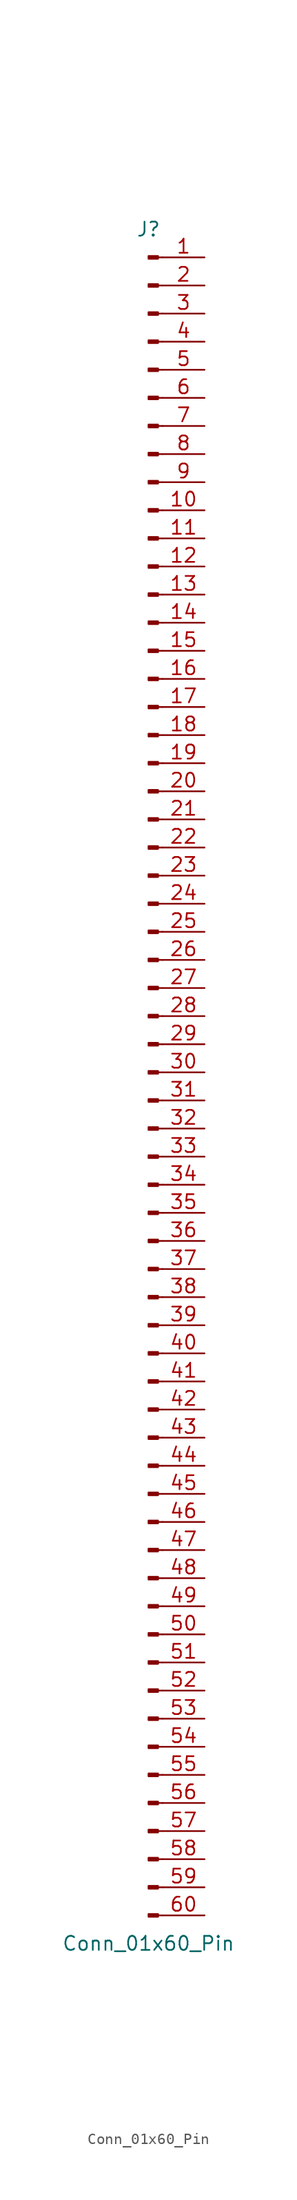
<source format=kicad_sym>
(kicad_symbol_lib
  (version 20241209)
  (generator "kicad_symbol_editor")
  (generator_version "9.0")
  (symbol "Conn_01x60_Pin"
    (pin_names
      (offset 1.016)
      (hide yes))
    (property "Reference" "J"
      (at 0 76.2 0)
      (effects (font (size 1.27 1.27))))
    (property "Value" "Conn_01x60_Pin"
      (at 0 -78.74 0)
      (effects (font (size 1.27 1.27))))
    (property "ki_locked" ""
      (at 0 0 0)
      (effects (font (size 1.27 1.27))))
    (symbol "Conn_01x60_Pin_1_1"
      (rectangle (start 0.864 73.787) (end 0 73.533) (stroke (width 0.152) (type default)) (fill (type outline)))
      (rectangle (start 0.864 71.247) (end 0 70.993) (stroke (width 0.152) (type default)) (fill (type outline)))
      (rectangle (start 0.864 68.707) (end 0 68.453) (stroke (width 0.152) (type default)) (fill (type outline)))
      (rectangle (start 0.864 66.167) (end 0 65.913) (stroke (width 0.152) (type default)) (fill (type outline)))
      (rectangle (start 0.864 63.627) (end 0 63.373) (stroke (width 0.152) (type default)) (fill (type outline)))
      (rectangle (start 0.864 61.087) (end 0 60.833) (stroke (width 0.152) (type default)) (fill (type outline)))
      (rectangle (start 0.864 58.547) (end 0 58.293) (stroke (width 0.152) (type default)) (fill (type outline)))
      (rectangle (start 0.864 56.007) (end 0 55.753) (stroke (width 0.152) (type default)) (fill (type outline)))
      (rectangle (start 0.864 53.467) (end 0 53.213) (stroke (width 0.152) (type default)) (fill (type outline)))
      (rectangle (start 0.864 50.927) (end 0 50.673) (stroke (width 0.152) (type default)) (fill (type outline)))
      (rectangle (start 0.864 48.387) (end 0 48.133) (stroke (width 0.152) (type default)) (fill (type outline)))
      (rectangle (start 0.864 45.847) (end 0 45.593) (stroke (width 0.152) (type default)) (fill (type outline)))
      (rectangle (start 0.864 43.307) (end 0 43.053) (stroke (width 0.152) (type default)) (fill (type outline)))
      (rectangle (start 0.864 40.767) (end 0 40.513) (stroke (width 0.152) (type default)) (fill (type outline)))
      (rectangle (start 0.864 38.227) (end 0 37.973) (stroke (width 0.152) (type default)) (fill (type outline)))
      (rectangle (start 0.864 35.687) (end 0 35.433) (stroke (width 0.152) (type default)) (fill (type outline)))
      (rectangle (start 0.864 33.147) (end 0 32.893) (stroke (width 0.152) (type default)) (fill (type outline)))
      (rectangle (start 0.864 30.607) (end 0 30.353) (stroke (width 0.152) (type default)) (fill (type outline)))
      (rectangle (start 0.864 28.067) (end 0 27.813) (stroke (width 0.152) (type default)) (fill (type outline)))
      (rectangle (start 0.864 25.527) (end 0 25.273) (stroke (width 0.152) (type default)) (fill (type outline)))
      (rectangle (start 0.864 22.987) (end 0 22.733) (stroke (width 0.152) (type default)) (fill (type outline)))
      (rectangle (start 0.864 20.447) (end 0 20.193) (stroke (width 0.152) (type default)) (fill (type outline)))
      (rectangle (start 0.864 17.907) (end 0 17.653) (stroke (width 0.152) (type default)) (fill (type outline)))
      (rectangle (start 0.864 15.367) (end 0 15.113) (stroke (width 0.152) (type default)) (fill (type outline)))
      (rectangle (start 0.864 12.827) (end 0 12.573) (stroke (width 0.152) (type default)) (fill (type outline)))
      (rectangle (start 0.864 10.287) (end 0 10.033) (stroke (width 0.152) (type default)) (fill (type outline)))
      (rectangle (start 0.864 7.747) (end 0 7.493) (stroke (width 0.152) (type default)) (fill (type outline)))
      (rectangle (start 0.864 5.207) (end 0 4.953) (stroke (width 0.152) (type default)) (fill (type outline)))
      (rectangle (start 0.864 2.667) (end 0 2.413) (stroke (width 0.152) (type default)) (fill (type outline)))
      (rectangle (start 0.864 0.127) (end 0 -0.127) (stroke (width 0.152) (type default)) (fill (type outline)))
      (rectangle (start 0.864 -2.413) (end 0 -2.667) (stroke (width 0.152) (type default)) (fill (type outline)))
      (rectangle (start 0.864 -4.953) (end 0 -5.207) (stroke (width 0.152) (type default)) (fill (type outline)))
      (rectangle (start 0.864 -7.493) (end 0 -7.747) (stroke (width 0.152) (type default)) (fill (type outline)))
      (rectangle (start 0.864 -10.033) (end 0 -10.287) (stroke (width 0.152) (type default)) (fill (type outline)))
      (rectangle (start 0.864 -12.573) (end 0 -12.827) (stroke (width 0.152) (type default)) (fill (type outline)))
      (rectangle (start 0.864 -15.113) (end 0 -15.367) (stroke (width 0.152) (type default)) (fill (type outline)))
      (rectangle (start 0.864 -17.653) (end 0 -17.907) (stroke (width 0.152) (type default)) (fill (type outline)))
      (rectangle (start 0.864 -20.193) (end 0 -20.447) (stroke (width 0.152) (type default)) (fill (type outline)))
      (rectangle (start 0.864 -22.733) (end 0 -22.987) (stroke (width 0.152) (type default)) (fill (type outline)))
      (rectangle (start 0.864 -25.273) (end 0 -25.527) (stroke (width 0.152) (type default)) (fill (type outline)))
      (rectangle (start 0.864 -27.813) (end 0 -28.067) (stroke (width 0.152) (type default)) (fill (type outline)))
      (rectangle (start 0.864 -30.353) (end 0 -30.607) (stroke (width 0.152) (type default)) (fill (type outline)))
      (rectangle (start 0.864 -32.893) (end 0 -33.147) (stroke (width 0.152) (type default)) (fill (type outline)))
      (rectangle (start 0.864 -35.433) (end 0 -35.687) (stroke (width 0.152) (type default)) (fill (type outline)))
      (rectangle (start 0.864 -37.973) (end 0 -38.227) (stroke (width 0.152) (type default)) (fill (type outline)))
      (rectangle (start 0.864 -40.513) (end 0 -40.767) (stroke (width 0.152) (type default)) (fill (type outline)))
      (rectangle (start 0.864 -43.053) (end 0 -43.307) (stroke (width 0.152) (type default)) (fill (type outline)))
      (rectangle (start 0.864 -45.593) (end 0 -45.847) (stroke (width 0.152) (type default)) (fill (type outline)))
      (rectangle (start 0.864 -48.133) (end 0 -48.387) (stroke (width 0.152) (type default)) (fill (type outline)))
      (rectangle (start 0.864 -50.673) (end 0 -50.927) (stroke (width 0.152) (type default)) (fill (type outline)))
      (rectangle (start 0.864 -53.213) (end 0 -53.467) (stroke (width 0.152) (type default)) (fill (type outline)))
      (rectangle (start 0.864 -55.753) (end 0 -56.007) (stroke (width 0.152) (type default)) (fill (type outline)))
      (rectangle (start 0.864 -58.293) (end 0 -58.547) (stroke (width 0.152) (type default)) (fill (type outline)))
      (rectangle (start 0.864 -60.833) (end 0 -61.087) (stroke (width 0.152) (type default)) (fill (type outline)))
      (rectangle (start 0.864 -63.373) (end 0 -63.627) (stroke (width 0.152) (type default)) (fill (type outline)))
      (rectangle (start 0.864 -65.913) (end 0 -66.167) (stroke (width 0.152) (type default)) (fill (type outline)))
      (rectangle (start 0.864 -68.453) (end 0 -68.707) (stroke (width 0.152) (type default)) (fill (type outline)))
      (rectangle (start 0.864 -70.993) (end 0 -71.247) (stroke (width 0.152) (type default)) (fill (type outline)))
      (rectangle (start 0.864 -73.533) (end 0 -73.787) (stroke (width 0.152) (type default)) (fill (type outline)))
      (rectangle (start 0.864 -76.073) (end 0 -76.327) (stroke (width 0.152) (type default)) (fill (type outline)))
      (polyline (pts (xy 1.27 73.66) (xy 0.864 73.66)) (stroke (width 0.152) (type default)) (fill (type none)))
      (polyline (pts (xy 1.27 71.12) (xy 0.864 71.12)) (stroke (width 0.152) (type default)) (fill (type none)))
      (polyline (pts (xy 1.27 68.58) (xy 0.864 68.58)) (stroke (width 0.152) (type default)) (fill (type none)))
      (polyline (pts (xy 1.27 66.04) (xy 0.864 66.04)) (stroke (width 0.152) (type default)) (fill (type none)))
      (polyline (pts (xy 1.27 63.5) (xy 0.864 63.5)) (stroke (width 0.152) (type default)) (fill (type none)))
      (polyline (pts (xy 1.27 60.96) (xy 0.864 60.96)) (stroke (width 0.152) (type default)) (fill (type none)))
      (polyline (pts (xy 1.27 58.42) (xy 0.864 58.42)) (stroke (width 0.152) (type default)) (fill (type none)))
      (polyline (pts (xy 1.27 55.88) (xy 0.864 55.88)) (stroke (width 0.152) (type default)) (fill (type none)))
      (polyline (pts (xy 1.27 53.34) (xy 0.864 53.34)) (stroke (width 0.152) (type default)) (fill (type none)))
      (polyline (pts (xy 1.27 50.8) (xy 0.864 50.8)) (stroke (width 0.152) (type default)) (fill (type none)))
      (polyline (pts (xy 1.27 48.26) (xy 0.864 48.26)) (stroke (width 0.152) (type default)) (fill (type none)))
      (polyline (pts (xy 1.27 45.72) (xy 0.864 45.72)) (stroke (width 0.152) (type default)) (fill (type none)))
      (polyline (pts (xy 1.27 43.18) (xy 0.864 43.18)) (stroke (width 0.152) (type default)) (fill (type none)))
      (polyline (pts (xy 1.27 40.64) (xy 0.864 40.64)) (stroke (width 0.152) (type default)) (fill (type none)))
      (polyline (pts (xy 1.27 38.1) (xy 0.864 38.1)) (stroke (width 0.152) (type default)) (fill (type none)))
      (polyline (pts (xy 1.27 35.56) (xy 0.864 35.56)) (stroke (width 0.152) (type default)) (fill (type none)))
      (polyline (pts (xy 1.27 33.02) (xy 0.864 33.02)) (stroke (width 0.152) (type default)) (fill (type none)))
      (polyline (pts (xy 1.27 30.48) (xy 0.864 30.48)) (stroke (width 0.152) (type default)) (fill (type none)))
      (polyline (pts (xy 1.27 27.94) (xy 0.864 27.94)) (stroke (width 0.152) (type default)) (fill (type none)))
      (polyline (pts (xy 1.27 25.4) (xy 0.864 25.4)) (stroke (width 0.152) (type default)) (fill (type none)))
      (polyline (pts (xy 1.27 22.86) (xy 0.864 22.86)) (stroke (width 0.152) (type default)) (fill (type none)))
      (polyline (pts (xy 1.27 20.32) (xy 0.864 20.32)) (stroke (width 0.152) (type default)) (fill (type none)))
      (polyline (pts (xy 1.27 17.78) (xy 0.864 17.78)) (stroke (width 0.152) (type default)) (fill (type none)))
      (polyline (pts (xy 1.27 15.24) (xy 0.864 15.24)) (stroke (width 0.152) (type default)) (fill (type none)))
      (polyline (pts (xy 1.27 12.7) (xy 0.864 12.7)) (stroke (width 0.152) (type default)) (fill (type none)))
      (polyline (pts (xy 1.27 10.16) (xy 0.864 10.16)) (stroke (width 0.152) (type default)) (fill (type none)))
      (polyline (pts (xy 1.27 7.62) (xy 0.864 7.62)) (stroke (width 0.152) (type default)) (fill (type none)))
      (polyline (pts (xy 1.27 5.08) (xy 0.864 5.08)) (stroke (width 0.152) (type default)) (fill (type none)))
      (polyline (pts (xy 1.27 2.54) (xy 0.864 2.54)) (stroke (width 0.152) (type default)) (fill (type none)))
      (polyline (pts (xy 1.27 0) (xy 0.864 0)) (stroke (width 0.152) (type default)) (fill (type none)))
      (polyline (pts (xy 1.27 -2.54) (xy 0.864 -2.54)) (stroke (width 0.152) (type default)) (fill (type none)))
      (polyline (pts (xy 1.27 -5.08) (xy 0.864 -5.08)) (stroke (width 0.152) (type default)) (fill (type none)))
      (polyline (pts (xy 1.27 -7.62) (xy 0.864 -7.62)) (stroke (width 0.152) (type default)) (fill (type none)))
      (polyline (pts (xy 1.27 -10.16) (xy 0.864 -10.16)) (stroke (width 0.152) (type default)) (fill (type none)))
      (polyline (pts (xy 1.27 -12.7) (xy 0.864 -12.7)) (stroke (width 0.152) (type default)) (fill (type none)))
      (polyline (pts (xy 1.27 -15.24) (xy 0.864 -15.24)) (stroke (width 0.152) (type default)) (fill (type none)))
      (polyline (pts (xy 1.27 -17.78) (xy 0.864 -17.78)) (stroke (width 0.152) (type default)) (fill (type none)))
      (polyline (pts (xy 1.27 -20.32) (xy 0.864 -20.32)) (stroke (width 0.152) (type default)) (fill (type none)))
      (polyline (pts (xy 1.27 -22.86) (xy 0.864 -22.86)) (stroke (width 0.152) (type default)) (fill (type none)))
      (polyline (pts (xy 1.27 -25.4) (xy 0.864 -25.4)) (stroke (width 0.152) (type default)) (fill (type none)))
      (polyline (pts (xy 1.27 -27.94) (xy 0.864 -27.94)) (stroke (width 0.152) (type default)) (fill (type none)))
      (polyline (pts (xy 1.27 -30.48) (xy 0.864 -30.48)) (stroke (width 0.152) (type default)) (fill (type none)))
      (polyline (pts (xy 1.27 -33.02) (xy 0.864 -33.02)) (stroke (width 0.152) (type default)) (fill (type none)))
      (polyline (pts (xy 1.27 -35.56) (xy 0.864 -35.56)) (stroke (width 0.152) (type default)) (fill (type none)))
      (polyline (pts (xy 1.27 -38.1) (xy 0.864 -38.1)) (stroke (width 0.152) (type default)) (fill (type none)))
      (polyline (pts (xy 1.27 -40.64) (xy 0.864 -40.64)) (stroke (width 0.152) (type default)) (fill (type none)))
      (polyline (pts (xy 1.27 -43.18) (xy 0.864 -43.18)) (stroke (width 0.152) (type default)) (fill (type none)))
      (polyline (pts (xy 1.27 -45.72) (xy 0.864 -45.72)) (stroke (width 0.152) (type default)) (fill (type none)))
      (polyline (pts (xy 1.27 -48.26) (xy 0.864 -48.26)) (stroke (width 0.152) (type default)) (fill (type none)))
      (polyline (pts (xy 1.27 -50.8) (xy 0.864 -50.8)) (stroke (width 0.152) (type default)) (fill (type none)))
      (polyline (pts (xy 1.27 -53.34) (xy 0.864 -53.34)) (stroke (width 0.152) (type default)) (fill (type none)))
      (polyline (pts (xy 1.27 -55.88) (xy 0.864 -55.88)) (stroke (width 0.152) (type default)) (fill (type none)))
      (polyline (pts (xy 1.27 -58.42) (xy 0.864 -58.42)) (stroke (width 0.152) (type default)) (fill (type none)))
      (polyline (pts (xy 1.27 -60.96) (xy 0.864 -60.96)) (stroke (width 0.152) (type default)) (fill (type none)))
      (polyline (pts (xy 1.27 -63.5) (xy 0.864 -63.5)) (stroke (width 0.152) (type default)) (fill (type none)))
      (polyline (pts (xy 1.27 -66.04) (xy 0.864 -66.04)) (stroke (width 0.152) (type default)) (fill (type none)))
      (polyline (pts (xy 1.27 -68.58) (xy 0.864 -68.58)) (stroke (width 0.152) (type default)) (fill (type none)))
      (polyline (pts (xy 1.27 -71.12) (xy 0.864 -71.12)) (stroke (width 0.152) (type default)) (fill (type none)))
      (polyline (pts (xy 1.27 -73.66) (xy 0.864 -73.66)) (stroke (width 0.152) (type default)) (fill (type none)))
      (polyline (pts (xy 1.27 -76.2) (xy 0.864 -76.2)) (stroke (width 0.152) (type default)) (fill (type none)))
      (pin passive line (at 5.08 73.66 180) (length 3.81) (name "Pin_1" (effects (font (size 1.27 1.27)))) (number "1" (effects (font (size 1.27 1.27)))))
      (pin passive line (at 5.08 71.12 180) (length 3.81) (name "Pin_2" (effects (font (size 1.27 1.27)))) (number "2" (effects (font (size 1.27 1.27)))))
      (pin passive line (at 5.08 68.58 180) (length 3.81) (name "Pin_3" (effects (font (size 1.27 1.27)))) (number "3" (effects (font (size 1.27 1.27)))))
      (pin passive line (at 5.08 66.04 180) (length 3.81) (name "Pin_4" (effects (font (size 1.27 1.27)))) (number "4" (effects (font (size 1.27 1.27)))))
      (pin passive line (at 5.08 63.5 180) (length 3.81) (name "Pin_5" (effects (font (size 1.27 1.27)))) (number "5" (effects (font (size 1.27 1.27)))))
      (pin passive line (at 5.08 60.96 180) (length 3.81) (name "Pin_6" (effects (font (size 1.27 1.27)))) (number "6" (effects (font (size 1.27 1.27)))))
      (pin passive line (at 5.08 58.42 180) (length 3.81) (name "Pin_7" (effects (font (size 1.27 1.27)))) (number "7" (effects (font (size 1.27 1.27)))))
      (pin passive line (at 5.08 55.88 180) (length 3.81) (name "Pin_8" (effects (font (size 1.27 1.27)))) (number "8" (effects (font (size 1.27 1.27)))))
      (pin passive line (at 5.08 53.34 180) (length 3.81) (name "Pin_9" (effects (font (size 1.27 1.27)))) (number "9" (effects (font (size 1.27 1.27)))))
      (pin passive line (at 5.08 50.8 180) (length 3.81) (name "Pin_10" (effects (font (size 1.27 1.27)))) (number "10" (effects (font (size 1.27 1.27)))))
      (pin passive line (at 5.08 48.26 180) (length 3.81) (name "Pin_11" (effects (font (size 1.27 1.27)))) (number "11" (effects (font (size 1.27 1.27)))))
      (pin passive line (at 5.08 45.72 180) (length 3.81) (name "Pin_12" (effects (font (size 1.27 1.27)))) (number "12" (effects (font (size 1.27 1.27)))))
      (pin passive line (at 5.08 43.18 180) (length 3.81) (name "Pin_13" (effects (font (size 1.27 1.27)))) (number "13" (effects (font (size 1.27 1.27)))))
      (pin passive line (at 5.08 40.64 180) (length 3.81) (name "Pin_14" (effects (font (size 1.27 1.27)))) (number "14" (effects (font (size 1.27 1.27)))))
      (pin passive line (at 5.08 38.1 180) (length 3.81) (name "Pin_15" (effects (font (size 1.27 1.27)))) (number "15" (effects (font (size 1.27 1.27)))))
      (pin passive line (at 5.08 35.56 180) (length 3.81) (name "Pin_16" (effects (font (size 1.27 1.27)))) (number "16" (effects (font (size 1.27 1.27)))))
      (pin passive line (at 5.08 33.02 180) (length 3.81) (name "Pin_17" (effects (font (size 1.27 1.27)))) (number "17" (effects (font (size 1.27 1.27)))))
      (pin passive line (at 5.08 30.48 180) (length 3.81) (name "Pin_18" (effects (font (size 1.27 1.27)))) (number "18" (effects (font (size 1.27 1.27)))))
      (pin passive line (at 5.08 27.94 180) (length 3.81) (name "Pin_19" (effects (font (size 1.27 1.27)))) (number "19" (effects (font (size 1.27 1.27)))))
      (pin passive line (at 5.08 25.4 180) (length 3.81) (name "Pin_20" (effects (font (size 1.27 1.27)))) (number "20" (effects (font (size 1.27 1.27)))))
      (pin passive line (at 5.08 22.86 180) (length 3.81) (name "Pin_21" (effects (font (size 1.27 1.27)))) (number "21" (effects (font (size 1.27 1.27)))))
      (pin passive line (at 5.08 20.32 180) (length 3.81) (name "Pin_22" (effects (font (size 1.27 1.27)))) (number "22" (effects (font (size 1.27 1.27)))))
      (pin passive line (at 5.08 17.78 180) (length 3.81) (name "Pin_23" (effects (font (size 1.27 1.27)))) (number "23" (effects (font (size 1.27 1.27)))))
      (pin passive line (at 5.08 15.24 180) (length 3.81) (name "Pin_24" (effects (font (size 1.27 1.27)))) (number "24" (effects (font (size 1.27 1.27)))))
      (pin passive line (at 5.08 12.7 180) (length 3.81) (name "Pin_25" (effects (font (size 1.27 1.27)))) (number "25" (effects (font (size 1.27 1.27)))))
      (pin passive line (at 5.08 10.16 180) (length 3.81) (name "Pin_26" (effects (font (size 1.27 1.27)))) (number "26" (effects (font (size 1.27 1.27)))))
      (pin passive line (at 5.08 7.62 180) (length 3.81) (name "Pin_27" (effects (font (size 1.27 1.27)))) (number "27" (effects (font (size 1.27 1.27)))))
      (pin passive line (at 5.08 5.08 180) (length 3.81) (name "Pin_28" (effects (font (size 1.27 1.27)))) (number "28" (effects (font (size 1.27 1.27)))))
      (pin passive line (at 5.08 2.54 180) (length 3.81) (name "Pin_29" (effects (font (size 1.27 1.27)))) (number "29" (effects (font (size 1.27 1.27)))))
      (pin passive line (at 5.08 0 180) (length 3.81) (name "Pin_30" (effects (font (size 1.27 1.27)))) (number "30" (effects (font (size 1.27 1.27)))))
      (pin passive line (at 5.08 -2.54 180) (length 3.81) (name "Pin_31" (effects (font (size 1.27 1.27)))) (number "31" (effects (font (size 1.27 1.27)))))
      (pin passive line (at 5.08 -5.08 180) (length 3.81) (name "Pin_32" (effects (font (size 1.27 1.27)))) (number "32" (effects (font (size 1.27 1.27)))))
      (pin passive line (at 5.08 -7.62 180) (length 3.81) (name "Pin_33" (effects (font (size 1.27 1.27)))) (number "33" (effects (font (size 1.27 1.27)))))
      (pin passive line (at 5.08 -10.16 180) (length 3.81) (name "Pin_34" (effects (font (size 1.27 1.27)))) (number "34" (effects (font (size 1.27 1.27)))))
      (pin passive line (at 5.08 -12.7 180) (length 3.81) (name "Pin_35" (effects (font (size 1.27 1.27)))) (number "35" (effects (font (size 1.27 1.27)))))
      (pin passive line (at 5.08 -15.24 180) (length 3.81) (name "Pin_36" (effects (font (size 1.27 1.27)))) (number "36" (effects (font (size 1.27 1.27)))))
      (pin passive line (at 5.08 -17.78 180) (length 3.81) (name "Pin_37" (effects (font (size 1.27 1.27)))) (number "37" (effects (font (size 1.27 1.27)))))
      (pin passive line (at 5.08 -20.32 180) (length 3.81) (name "Pin_38" (effects (font (size 1.27 1.27)))) (number "38" (effects (font (size 1.27 1.27)))))
      (pin passive line (at 5.08 -22.86 180) (length 3.81) (name "Pin_39" (effects (font (size 1.27 1.27)))) (number "39" (effects (font (size 1.27 1.27)))))
      (pin passive line (at 5.08 -25.4 180) (length 3.81) (name "Pin_40" (effects (font (size 1.27 1.27)))) (number "40" (effects (font (size 1.27 1.27)))))
      (pin passive line (at 5.08 -27.94 180) (length 3.81) (name "Pin_41" (effects (font (size 1.27 1.27)))) (number "41" (effects (font (size 1.27 1.27)))))
      (pin passive line (at 5.08 -30.48 180) (length 3.81) (name "Pin_42" (effects (font (size 1.27 1.27)))) (number "42" (effects (font (size 1.27 1.27)))))
      (pin passive line (at 5.08 -33.02 180) (length 3.81) (name "Pin_43" (effects (font (size 1.27 1.27)))) (number "43" (effects (font (size 1.27 1.27)))))
      (pin passive line (at 5.08 -35.56 180) (length 3.81) (name "Pin_44" (effects (font (size 1.27 1.27)))) (number "44" (effects (font (size 1.27 1.27)))))
      (pin passive line (at 5.08 -38.1 180) (length 3.81) (name "Pin_45" (effects (font (size 1.27 1.27)))) (number "45" (effects (font (size 1.27 1.27)))))
      (pin passive line (at 5.08 -40.64 180) (length 3.81) (name "Pin_46" (effects (font (size 1.27 1.27)))) (number "46" (effects (font (size 1.27 1.27)))))
      (pin passive line (at 5.08 -43.18 180) (length 3.81) (name "Pin_47" (effects (font (size 1.27 1.27)))) (number "47" (effects (font (size 1.27 1.27)))))
      (pin passive line (at 5.08 -45.72 180) (length 3.81) (name "Pin_48" (effects (font (size 1.27 1.27)))) (number "48" (effects (font (size 1.27 1.27)))))
      (pin passive line (at 5.08 -48.26 180) (length 3.81) (name "Pin_49" (effects (font (size 1.27 1.27)))) (number "49" (effects (font (size 1.27 1.27)))))
      (pin passive line (at 5.08 -50.8 180) (length 3.81) (name "Pin_50" (effects (font (size 1.27 1.27)))) (number "50" (effects (font (size 1.27 1.27)))))
      (pin passive line (at 5.08 -53.34 180) (length 3.81) (name "Pin_51" (effects (font (size 1.27 1.27)))) (number "51" (effects (font (size 1.27 1.27)))))
      (pin passive line (at 5.08 -55.88 180) (length 3.81) (name "Pin_52" (effects (font (size 1.27 1.27)))) (number "52" (effects (font (size 1.27 1.27)))))
      (pin passive line (at 5.08 -58.42 180) (length 3.81) (name "Pin_53" (effects (font (size 1.27 1.27)))) (number "53" (effects (font (size 1.27 1.27)))))
      (pin passive line (at 5.08 -60.96 180) (length 3.81) (name "Pin_54" (effects (font (size 1.27 1.27)))) (number "54" (effects (font (size 1.27 1.27)))))
      (pin passive line (at 5.08 -63.5 180) (length 3.81) (name "Pin_55" (effects (font (size 1.27 1.27)))) (number "55" (effects (font (size 1.27 1.27)))))
      (pin passive line (at 5.08 -66.04 180) (length 3.81) (name "Pin_56" (effects (font (size 1.27 1.27)))) (number "56" (effects (font (size 1.27 1.27)))))
      (pin passive line (at 5.08 -68.58 180) (length 3.81) (name "Pin_57" (effects (font (size 1.27 1.27)))) (number "57" (effects (font (size 1.27 1.27)))))
      (pin passive line (at 5.08 -71.12 180) (length 3.81) (name "Pin_58" (effects (font (size 1.27 1.27)))) (number "58" (effects (font (size 1.27 1.27)))))
      (pin passive line (at 5.08 -73.66 180) (length 3.81) (name "Pin_59" (effects (font (size 1.27 1.27)))) (number "59" (effects (font (size 1.27 1.27)))))
      (pin passive line (at 5.08 -76.2 180) (length 3.81) (name "Pin_60" (effects (font (size 1.27 1.27)))) (number "60" (effects (font (size 1.27 1.27))))))))
</source>
